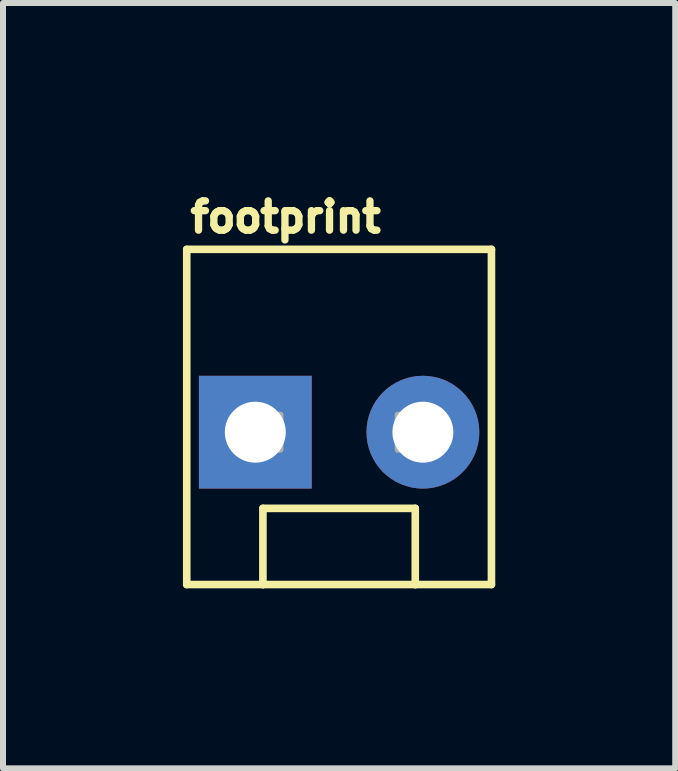
<source format=kicad_pcb>
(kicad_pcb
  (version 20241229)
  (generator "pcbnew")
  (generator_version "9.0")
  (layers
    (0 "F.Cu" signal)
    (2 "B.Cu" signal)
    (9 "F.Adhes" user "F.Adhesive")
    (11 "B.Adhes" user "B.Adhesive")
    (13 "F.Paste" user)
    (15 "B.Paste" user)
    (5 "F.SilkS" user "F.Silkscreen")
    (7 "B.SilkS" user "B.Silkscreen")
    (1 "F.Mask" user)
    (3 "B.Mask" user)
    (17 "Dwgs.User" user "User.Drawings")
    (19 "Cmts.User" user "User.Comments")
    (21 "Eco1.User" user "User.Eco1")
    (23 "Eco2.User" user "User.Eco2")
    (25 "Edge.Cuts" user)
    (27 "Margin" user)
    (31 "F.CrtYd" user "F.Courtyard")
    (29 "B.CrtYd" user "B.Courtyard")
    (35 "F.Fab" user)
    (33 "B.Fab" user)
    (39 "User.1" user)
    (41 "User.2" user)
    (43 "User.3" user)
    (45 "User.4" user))
  (footprint "footprint"
    (layer "F.Cu")
    (at 1.333 4.155)
    (property "Reference" "footprint" (at -1.27 -3.302 0) (layer "F.SilkS") (effects (font (size 0.488 0.488) (thickness 0.122)) (justify left bottom)))
    (fp_line (start -1.27 -3.048) (end -1.27 2.54) (stroke (width 0.127) (type solid)) (layer "F.SilkS"))
    (fp_line (start 0 1.27) (end 2.54 1.27) (stroke (width 0.127) (type solid)) (layer "F.SilkS"))
    (fp_line (start 0 2.54) (end -1.27 2.54) (stroke (width 0.127) (type solid)) (layer "F.SilkS"))
    (fp_line (start 0 2.54) (end 0 1.27) (stroke (width 0.127) (type solid)) (layer "F.SilkS"))
    (fp_line (start 2.54 1.27) (end 2.54 2.54) (stroke (width 0.127) (type solid)) (layer "F.SilkS"))
    (fp_line (start 2.54 2.54) (end 0 2.54) (stroke (width 0.127) (type solid)) (layer "F.SilkS"))
    (fp_line (start 3.81 -3.048) (end -1.27 -3.048) (stroke (width 0.127) (type solid)) (layer "F.SilkS"))
    (fp_line (start 3.81 -3.048) (end 3.81 2.54) (stroke (width 0.127) (type solid)) (layer "F.SilkS"))
    (fp_line (start 3.81 2.54) (end 2.54 2.54) (stroke (width 0.127) (type solid)) (layer "F.SilkS"))
    (fp_poly (pts (xy -0.292 0.292) (xy 0.292 0.292) (xy 0.292 -0.292) (xy -0.292 -0.292)) (stroke (width 0.1) (type solid)) (fill no) (layer "F.Fab"))
    (fp_poly (pts (xy 2.248 0.292) (xy 2.832 0.292) (xy 2.832 -0.292) (xy 2.248 -0.292)) (stroke (width 0.1) (type solid)) (fill no) (layer "F.Fab"))
    (pad "1" thru_hole rect (at -0.127 0) (size 1.88 1.88) (drill 1.016) (layers "*.Cu" "*.Mask"))
    (pad "2" thru_hole circle (at 2.667 0) (size 1.88 1.88) (drill 1.016) (layers "*.Cu" "*.Mask")))
  (gr_rect
    (start -3 -3)
    (end 8.207 9.759)
    (stroke (width 0.1) (type default))
    (fill no)
    (layer "Edge.Cuts")))
</source>
